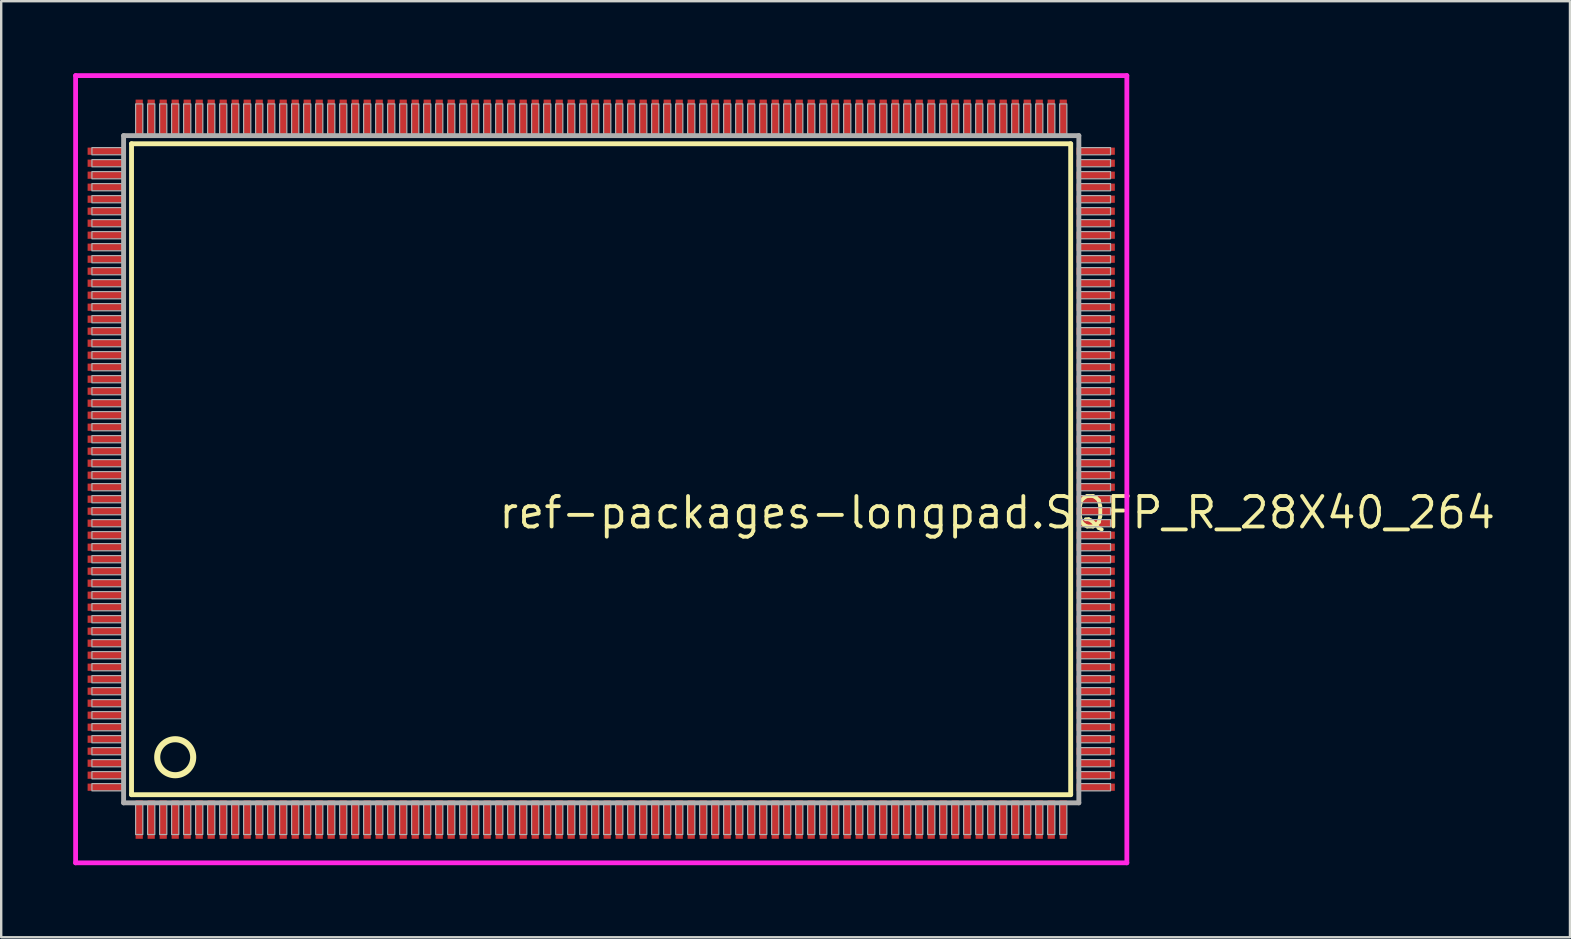
<source format=kicad_pcb>
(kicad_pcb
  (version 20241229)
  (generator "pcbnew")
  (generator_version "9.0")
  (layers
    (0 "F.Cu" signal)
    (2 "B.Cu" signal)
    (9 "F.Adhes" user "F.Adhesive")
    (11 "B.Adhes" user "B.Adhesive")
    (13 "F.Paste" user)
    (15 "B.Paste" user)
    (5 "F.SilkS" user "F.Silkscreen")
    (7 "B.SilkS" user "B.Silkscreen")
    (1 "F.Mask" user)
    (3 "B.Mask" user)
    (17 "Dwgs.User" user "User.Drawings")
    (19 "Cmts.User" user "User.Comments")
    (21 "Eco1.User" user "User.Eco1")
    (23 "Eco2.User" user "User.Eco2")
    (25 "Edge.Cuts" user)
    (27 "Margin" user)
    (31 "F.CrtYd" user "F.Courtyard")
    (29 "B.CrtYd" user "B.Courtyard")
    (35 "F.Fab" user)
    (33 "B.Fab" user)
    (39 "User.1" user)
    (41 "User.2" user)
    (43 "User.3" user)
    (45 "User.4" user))
  (footprint "ref-packages-longpad.SQFP_R_28X40_264"
    (layer "F.Cu")
    (at 22 16.5)
    (property "Reference" "ref-packages-longpad.SQFP_R_28X40_264" (at -4.35 2.55 0) (layer "F.SilkS") (effects (font (size 1.27 1.27) (thickness 0.16)) (justify left bottom)))
    (attr smd)
    (fp_line (start -19.57 -13.56) (end 19.56 -13.56) (stroke (width 0.203) (type default)) (layer "F.SilkS"))
    (fp_line (start -19.57 13.56) (end -19.57 -13.56) (stroke (width 0.203) (type default)) (layer "F.SilkS"))
    (fp_line (start 19.56 -13.56) (end 19.56 13.56) (stroke (width 0.203) (type default)) (layer "F.SilkS"))
    (fp_line (start 19.56 13.56) (end -19.57 13.56) (stroke (width 0.203) (type default)) (layer "F.SilkS"))
    (fp_circle (center -17.75 12) (end -17 12) (stroke (width 0.254) (type default)) (fill no) (layer "F.SilkS"))
    (fp_line (start -21.9 -16.4) (end 21.9 -16.4) (stroke (width 0.2) (type default)) (layer "F.CrtYd"))
    (fp_line (start -21.9 16.4) (end -21.9 -16.4) (stroke (width 0.2) (type default)) (layer "F.CrtYd"))
    (fp_line (start 21.9 -16.4) (end 21.9 16.4) (stroke (width 0.2) (type default)) (layer "F.CrtYd"))
    (fp_line (start 21.9 16.4) (end -21.9 16.4) (stroke (width 0.2) (type default)) (layer "F.CrtYd"))
    (fp_line (start -19.9 -13.9) (end -19.9 13.9) (stroke (width 0.203) (type default)) (layer "F.Fab"))
    (fp_line (start -19.9 13.9) (end 19.9 13.9) (stroke (width 0.203) (type default)) (layer "F.Fab"))
    (fp_line (start 19.9 -13.9) (end -19.9 -13.9) (stroke (width 0.203) (type default)) (layer "F.Fab"))
    (fp_line (start 19.9 13.9) (end 19.9 -13.9) (stroke (width 0.203) (type default)) (layer "F.Fab"))
    (fp_rect (start -21.22 -13.1) (end -19.95 -13.4) (stroke (width 0.05) (type default)) (fill no) (layer "F.Fab"))
    (fp_rect (start -21.22 -12.6) (end -19.95 -12.9) (stroke (width 0.05) (type default)) (fill no) (layer "F.Fab"))
    (fp_rect (start -21.22 -12.1) (end -19.95 -12.4) (stroke (width 0.05) (type default)) (fill no) (layer "F.Fab"))
    (fp_rect (start -21.22 -11.6) (end -19.95 -11.9) (stroke (width 0.05) (type default)) (fill no) (layer "F.Fab"))
    (fp_rect (start -21.22 -11.1) (end -19.95 -11.4) (stroke (width 0.05) (type default)) (fill no) (layer "F.Fab"))
    (fp_rect (start -21.22 -10.6) (end -19.95 -10.9) (stroke (width 0.05) (type default)) (fill no) (layer "F.Fab"))
    (fp_rect (start -21.22 -10.1) (end -19.95 -10.4) (stroke (width 0.05) (type default)) (fill no) (layer "F.Fab"))
    (fp_rect (start -21.22 -9.6) (end -19.95 -9.9) (stroke (width 0.05) (type default)) (fill no) (layer "F.Fab"))
    (fp_rect (start -21.22 -9.1) (end -19.95 -9.4) (stroke (width 0.05) (type default)) (fill no) (layer "F.Fab"))
    (fp_rect (start -21.22 -8.6) (end -19.95 -8.9) (stroke (width 0.05) (type default)) (fill no) (layer "F.Fab"))
    (fp_rect (start -21.22 -8.1) (end -19.95 -8.4) (stroke (width 0.05) (type default)) (fill no) (layer "F.Fab"))
    (fp_rect (start -21.22 -7.6) (end -19.95 -7.9) (stroke (width 0.05) (type default)) (fill no) (layer "F.Fab"))
    (fp_rect (start -21.22 -7.1) (end -19.95 -7.4) (stroke (width 0.05) (type default)) (fill no) (layer "F.Fab"))
    (fp_rect (start -21.22 -6.6) (end -19.95 -6.9) (stroke (width 0.05) (type default)) (fill no) (layer "F.Fab"))
    (fp_rect (start -21.22 -6.1) (end -19.95 -6.4) (stroke (width 0.05) (type default)) (fill no) (layer "F.Fab"))
    (fp_rect (start -21.22 -5.6) (end -19.95 -5.9) (stroke (width 0.05) (type default)) (fill no) (layer "F.Fab"))
    (fp_rect (start -21.22 -5.1) (end -19.95 -5.4) (stroke (width 0.05) (type default)) (fill no) (layer "F.Fab"))
    (fp_rect (start -21.22 -4.6) (end -19.95 -4.9) (stroke (width 0.05) (type default)) (fill no) (layer "F.Fab"))
    (fp_rect (start -21.22 -4.1) (end -19.95 -4.4) (stroke (width 0.05) (type default)) (fill no) (layer "F.Fab"))
    (fp_rect (start -21.22 -3.6) (end -19.95 -3.9) (stroke (width 0.05) (type default)) (fill no) (layer "F.Fab"))
    (fp_rect (start -21.22 -3.1) (end -19.95 -3.4) (stroke (width 0.05) (type default)) (fill no) (layer "F.Fab"))
    (fp_rect (start -21.22 -2.6) (end -19.95 -2.9) (stroke (width 0.05) (type default)) (fill no) (layer "F.Fab"))
    (fp_rect (start -21.22 -2.1) (end -19.95 -2.4) (stroke (width 0.05) (type default)) (fill no) (layer "F.Fab"))
    (fp_rect (start -21.22 -1.6) (end -19.95 -1.9) (stroke (width 0.05) (type default)) (fill no) (layer "F.Fab"))
    (fp_rect (start -21.22 -1.1) (end -19.95 -1.4) (stroke (width 0.05) (type default)) (fill no) (layer "F.Fab"))
    (fp_rect (start -21.22 -0.6) (end -19.95 -0.9) (stroke (width 0.05) (type default)) (fill no) (layer "F.Fab"))
    (fp_rect (start -21.22 -0.1) (end -19.95 -0.4) (stroke (width 0.05) (type default)) (fill no) (layer "F.Fab"))
    (fp_rect (start -21.22 0.4) (end -19.95 0.1) (stroke (width 0.05) (type default)) (fill no) (layer "F.Fab"))
    (fp_rect (start -21.22 0.9) (end -19.95 0.6) (stroke (width 0.05) (type default)) (fill no) (layer "F.Fab"))
    (fp_rect (start -21.22 1.4) (end -19.95 1.1) (stroke (width 0.05) (type default)) (fill no) (layer "F.Fab"))
    (fp_rect (start -21.22 1.9) (end -19.95 1.6) (stroke (width 0.05) (type default)) (fill no) (layer "F.Fab"))
    (fp_rect (start -21.22 2.4) (end -19.95 2.1) (stroke (width 0.05) (type default)) (fill no) (layer "F.Fab"))
    (fp_rect (start -21.22 2.9) (end -19.95 2.6) (stroke (width 0.05) (type default)) (fill no) (layer "F.Fab"))
    (fp_rect (start -21.22 3.4) (end -19.95 3.1) (stroke (width 0.05) (type default)) (fill no) (layer "F.Fab"))
    (fp_rect (start -21.22 3.9) (end -19.95 3.6) (stroke (width 0.05) (type default)) (fill no) (layer "F.Fab"))
    (fp_rect (start -21.22 4.4) (end -19.95 4.1) (stroke (width 0.05) (type default)) (fill no) (layer "F.Fab"))
    (fp_rect (start -21.22 4.9) (end -19.95 4.6) (stroke (width 0.05) (type default)) (fill no) (layer "F.Fab"))
    (fp_rect (start -21.22 5.4) (end -19.95 5.1) (stroke (width 0.05) (type default)) (fill no) (layer "F.Fab"))
    (fp_rect (start -21.22 5.9) (end -19.95 5.6) (stroke (width 0.05) (type default)) (fill no) (layer "F.Fab"))
    (fp_rect (start -21.22 6.4) (end -19.95 6.1) (stroke (width 0.05) (type default)) (fill no) (layer "F.Fab"))
    (fp_rect (start -21.22 6.9) (end -19.95 6.6) (stroke (width 0.05) (type default)) (fill no) (layer "F.Fab"))
    (fp_rect (start -21.22 7.4) (end -19.95 7.1) (stroke (width 0.05) (type default)) (fill no) (layer "F.Fab"))
    (fp_rect (start -21.22 7.9) (end -19.95 7.6) (stroke (width 0.05) (type default)) (fill no) (layer "F.Fab"))
    (fp_rect (start -21.22 8.4) (end -19.95 8.1) (stroke (width 0.05) (type default)) (fill no) (layer "F.Fab"))
    (fp_rect (start -21.22 8.9) (end -19.95 8.6) (stroke (width 0.05) (type default)) (fill no) (layer "F.Fab"))
    (fp_rect (start -21.22 9.4) (end -19.95 9.1) (stroke (width 0.05) (type default)) (fill no) (layer "F.Fab"))
    (fp_rect (start -21.22 9.9) (end -19.95 9.6) (stroke (width 0.05) (type default)) (fill no) (layer "F.Fab"))
    (fp_rect (start -21.22 10.4) (end -19.95 10.1) (stroke (width 0.05) (type default)) (fill no) (layer "F.Fab"))
    (fp_rect (start -21.22 10.9) (end -19.95 10.6) (stroke (width 0.05) (type default)) (fill no) (layer "F.Fab"))
    (fp_rect (start -21.22 11.4) (end -19.95 11.1) (stroke (width 0.05) (type default)) (fill no) (layer "F.Fab"))
    (fp_rect (start -21.22 11.9) (end -19.95 11.6) (stroke (width 0.05) (type default)) (fill no) (layer "F.Fab"))
    (fp_rect (start -21.22 12.4) (end -19.95 12.1) (stroke (width 0.05) (type default)) (fill no) (layer "F.Fab"))
    (fp_rect (start -21.22 12.9) (end -19.95 12.6) (stroke (width 0.05) (type default)) (fill no) (layer "F.Fab"))
    (fp_rect (start -21.22 13.4) (end -19.95 13.1) (stroke (width 0.05) (type default)) (fill no) (layer "F.Fab"))
    (fp_rect (start -19.4 -13.95) (end -19.1 -15.22) (stroke (width 0.05) (type default)) (fill no) (layer "F.Fab"))
    (fp_rect (start -19.4 15.22) (end -19.1 13.95) (stroke (width 0.05) (type default)) (fill no) (layer "F.Fab"))
    (fp_rect (start -18.9 -13.95) (end -18.6 -15.22) (stroke (width 0.05) (type default)) (fill no) (layer "F.Fab"))
    (fp_rect (start -18.9 15.22) (end -18.6 13.95) (stroke (width 0.05) (type default)) (fill no) (layer "F.Fab"))
    (fp_rect (start -18.4 -13.95) (end -18.1 -15.22) (stroke (width 0.05) (type default)) (fill no) (layer "F.Fab"))
    (fp_rect (start -18.4 15.22) (end -18.1 13.95) (stroke (width 0.05) (type default)) (fill no) (layer "F.Fab"))
    (fp_rect (start -17.9 -13.95) (end -17.6 -15.22) (stroke (width 0.05) (type default)) (fill no) (layer "F.Fab"))
    (fp_rect (start -17.9 15.22) (end -17.6 13.95) (stroke (width 0.05) (type default)) (fill no) (layer "F.Fab"))
    (fp_rect (start -17.4 -13.95) (end -17.1 -15.22) (stroke (width 0.05) (type default)) (fill no) (layer "F.Fab"))
    (fp_rect (start -17.4 15.22) (end -17.1 13.95) (stroke (width 0.05) (type default)) (fill no) (layer "F.Fab"))
    (fp_rect (start -16.9 -13.95) (end -16.6 -15.22) (stroke (width 0.05) (type default)) (fill no) (layer "F.Fab"))
    (fp_rect (start -16.9 15.22) (end -16.6 13.95) (stroke (width 0.05) (type default)) (fill no) (layer "F.Fab"))
    (fp_rect (start -16.4 -13.95) (end -16.1 -15.22) (stroke (width 0.05) (type default)) (fill no) (layer "F.Fab"))
    (fp_rect (start -16.4 15.22) (end -16.1 13.95) (stroke (width 0.05) (type default)) (fill no) (layer "F.Fab"))
    (fp_rect (start -15.9 -13.95) (end -15.6 -15.22) (stroke (width 0.05) (type default)) (fill no) (layer "F.Fab"))
    (fp_rect (start -15.9 15.22) (end -15.6 13.95) (stroke (width 0.05) (type default)) (fill no) (layer "F.Fab"))
    (fp_rect (start -15.4 -13.95) (end -15.1 -15.22) (stroke (width 0.05) (type default)) (fill no) (layer "F.Fab"))
    (fp_rect (start -15.4 15.22) (end -15.1 13.95) (stroke (width 0.05) (type default)) (fill no) (layer "F.Fab"))
    (fp_rect (start -14.9 -13.95) (end -14.6 -15.22) (stroke (width 0.05) (type default)) (fill no) (layer "F.Fab"))
    (fp_rect (start -14.9 15.22) (end -14.6 13.95) (stroke (width 0.05) (type default)) (fill no) (layer "F.Fab"))
    (fp_rect (start -14.4 -13.95) (end -14.1 -15.22) (stroke (width 0.05) (type default)) (fill no) (layer "F.Fab"))
    (fp_rect (start -14.4 15.22) (end -14.1 13.95) (stroke (width 0.05) (type default)) (fill no) (layer "F.Fab"))
    (fp_rect (start -13.9 -13.95) (end -13.6 -15.22) (stroke (width 0.05) (type default)) (fill no) (layer "F.Fab"))
    (fp_rect (start -13.9 15.22) (end -13.6 13.95) (stroke (width 0.05) (type default)) (fill no) (layer "F.Fab"))
    (fp_rect (start -13.4 -13.95) (end -13.1 -15.22) (stroke (width 0.05) (type default)) (fill no) (layer "F.Fab"))
    (fp_rect (start -13.4 15.22) (end -13.1 13.95) (stroke (width 0.05) (type default)) (fill no) (layer "F.Fab"))
    (fp_rect (start -12.9 -13.95) (end -12.6 -15.22) (stroke (width 0.05) (type default)) (fill no) (layer "F.Fab"))
    (fp_rect (start -12.9 15.22) (end -12.6 13.95) (stroke (width 0.05) (type default)) (fill no) (layer "F.Fab"))
    (fp_rect (start -12.4 -13.95) (end -12.1 -15.22) (stroke (width 0.05) (type default)) (fill no) (layer "F.Fab"))
    (fp_rect (start -12.4 15.22) (end -12.1 13.95) (stroke (width 0.05) (type default)) (fill no) (layer "F.Fab"))
    (fp_rect (start -11.9 -13.95) (end -11.6 -15.22) (stroke (width 0.05) (type default)) (fill no) (layer "F.Fab"))
    (fp_rect (start -11.9 15.22) (end -11.6 13.95) (stroke (width 0.05) (type default)) (fill no) (layer "F.Fab"))
    (fp_rect (start -11.4 -13.95) (end -11.1 -15.22) (stroke (width 0.05) (type default)) (fill no) (layer "F.Fab"))
    (fp_rect (start -11.4 15.22) (end -11.1 13.95) (stroke (width 0.05) (type default)) (fill no) (layer "F.Fab"))
    (fp_rect (start -10.9 -13.95) (end -10.6 -15.22) (stroke (width 0.05) (type default)) (fill no) (layer "F.Fab"))
    (fp_rect (start -10.9 15.22) (end -10.6 13.95) (stroke (width 0.05) (type default)) (fill no) (layer "F.Fab"))
    (fp_rect (start -10.4 -13.95) (end -10.1 -15.22) (stroke (width 0.05) (type default)) (fill no) (layer "F.Fab"))
    (fp_rect (start -10.4 15.22) (end -10.1 13.95) (stroke (width 0.05) (type default)) (fill no) (layer "F.Fab"))
    (fp_rect (start -9.9 -13.95) (end -9.6 -15.22) (stroke (width 0.05) (type default)) (fill no) (layer "F.Fab"))
    (fp_rect (start -9.9 15.22) (end -9.6 13.95) (stroke (width 0.05) (type default)) (fill no) (layer "F.Fab"))
    (fp_rect (start -9.4 -13.95) (end -9.1 -15.22) (stroke (width 0.05) (type default)) (fill no) (layer "F.Fab"))
    (fp_rect (start -9.4 15.22) (end -9.1 13.95) (stroke (width 0.05) (type default)) (fill no) (layer "F.Fab"))
    (fp_rect (start -8.9 -13.95) (end -8.6 -15.22) (stroke (width 0.05) (type default)) (fill no) (layer "F.Fab"))
    (fp_rect (start -8.9 15.22) (end -8.6 13.95) (stroke (width 0.05) (type default)) (fill no) (layer "F.Fab"))
    (fp_rect (start -8.4 -13.95) (end -8.1 -15.22) (stroke (width 0.05) (type default)) (fill no) (layer "F.Fab"))
    (fp_rect (start -8.4 15.22) (end -8.1 13.95) (stroke (width 0.05) (type default)) (fill no) (layer "F.Fab"))
    (fp_rect (start -7.9 -13.95) (end -7.6 -15.22) (stroke (width 0.05) (type default)) (fill no) (layer "F.Fab"))
    (fp_rect (start -7.9 15.22) (end -7.6 13.95) (stroke (width 0.05) (type default)) (fill no) (layer "F.Fab"))
    (fp_rect (start -7.4 -13.95) (end -7.1 -15.22) (stroke (width 0.05) (type default)) (fill no) (layer "F.Fab"))
    (fp_rect (start -7.4 15.22) (end -7.1 13.95) (stroke (width 0.05) (type default)) (fill no) (layer "F.Fab"))
    (fp_rect (start -6.9 -13.95) (end -6.6 -15.22) (stroke (width 0.05) (type default)) (fill no) (layer "F.Fab"))
    (fp_rect (start -6.9 15.22) (end -6.6 13.95) (stroke (width 0.05) (type default)) (fill no) (layer "F.Fab"))
    (fp_rect (start -6.4 -13.95) (end -6.1 -15.22) (stroke (width 0.05) (type default)) (fill no) (layer "F.Fab"))
    (fp_rect (start -6.4 15.22) (end -6.1 13.95) (stroke (width 0.05) (type default)) (fill no) (layer "F.Fab"))
    (fp_rect (start -5.9 -13.95) (end -5.6 -15.22) (stroke (width 0.05) (type default)) (fill no) (layer "F.Fab"))
    (fp_rect (start -5.9 15.22) (end -5.6 13.95) (stroke (width 0.05) (type default)) (fill no) (layer "F.Fab"))
    (fp_rect (start -5.4 -13.95) (end -5.1 -15.22) (stroke (width 0.05) (type default)) (fill no) (layer "F.Fab"))
    (fp_rect (start -5.4 15.22) (end -5.1 13.95) (stroke (width 0.05) (type default)) (fill no) (layer "F.Fab"))
    (fp_rect (start -4.9 -13.95) (end -4.6 -15.22) (stroke (width 0.05) (type default)) (fill no) (layer "F.Fab"))
    (fp_rect (start -4.9 15.22) (end -4.6 13.95) (stroke (width 0.05) (type default)) (fill no) (layer "F.Fab"))
    (fp_rect (start -4.4 -13.95) (end -4.1 -15.22) (stroke (width 0.05) (type default)) (fill no) (layer "F.Fab"))
    (fp_rect (start -4.4 15.22) (end -4.1 13.95) (stroke (width 0.05) (type default)) (fill no) (layer "F.Fab"))
    (fp_rect (start -3.9 -13.95) (end -3.6 -15.22) (stroke (width 0.05) (type default)) (fill no) (layer "F.Fab"))
    (fp_rect (start -3.9 15.22) (end -3.6 13.95) (stroke (width 0.05) (type default)) (fill no) (layer "F.Fab"))
    (fp_rect (start -3.4 -13.95) (end -3.1 -15.22) (stroke (width 0.05) (type default)) (fill no) (layer "F.Fab"))
    (fp_rect (start -3.4 15.22) (end -3.1 13.95) (stroke (width 0.05) (type default)) (fill no) (layer "F.Fab"))
    (fp_rect (start -2.9 -13.95) (end -2.6 -15.22) (stroke (width 0.05) (type default)) (fill no) (layer "F.Fab"))
    (fp_rect (start -2.9 15.22) (end -2.6 13.95) (stroke (width 0.05) (type default)) (fill no) (layer "F.Fab"))
    (fp_rect (start -2.4 -13.95) (end -2.1 -15.22) (stroke (width 0.05) (type default)) (fill no) (layer "F.Fab"))
    (fp_rect (start -2.4 15.22) (end -2.1 13.95) (stroke (width 0.05) (type default)) (fill no) (layer "F.Fab"))
    (fp_rect (start -1.9 -13.95) (end -1.6 -15.22) (stroke (width 0.05) (type default)) (fill no) (layer "F.Fab"))
    (fp_rect (start -1.9 15.22) (end -1.6 13.95) (stroke (width 0.05) (type default)) (fill no) (layer "F.Fab"))
    (fp_rect (start -1.4 -13.95) (end -1.1 -15.22) (stroke (width 0.05) (type default)) (fill no) (layer "F.Fab"))
    (fp_rect (start -1.4 15.22) (end -1.1 13.95) (stroke (width 0.05) (type default)) (fill no) (layer "F.Fab"))
    (fp_rect (start -0.9 -13.95) (end -0.6 -15.22) (stroke (width 0.05) (type default)) (fill no) (layer "F.Fab"))
    (fp_rect (start -0.9 15.22) (end -0.6 13.95) (stroke (width 0.05) (type default)) (fill no) (layer "F.Fab"))
    (fp_rect (start -0.4 -13.95) (end -0.1 -15.22) (stroke (width 0.05) (type default)) (fill no) (layer "F.Fab"))
    (fp_rect (start -0.4 15.22) (end -0.1 13.95) (stroke (width 0.05) (type default)) (fill no) (layer "F.Fab"))
    (fp_rect (start 0.1 -13.95) (end 0.4 -15.22) (stroke (width 0.05) (type default)) (fill no) (layer "F.Fab"))
    (fp_rect (start 0.1 15.22) (end 0.4 13.95) (stroke (width 0.05) (type default)) (fill no) (layer "F.Fab"))
    (fp_rect (start 0.6 -13.95) (end 0.9 -15.22) (stroke (width 0.05) (type default)) (fill no) (layer "F.Fab"))
    (fp_rect (start 0.6 15.22) (end 0.9 13.95) (stroke (width 0.05) (type default)) (fill no) (layer "F.Fab"))
    (fp_rect (start 1.1 -13.95) (end 1.4 -15.22) (stroke (width 0.05) (type default)) (fill no) (layer "F.Fab"))
    (fp_rect (start 1.1 15.22) (end 1.4 13.95) (stroke (width 0.05) (type default)) (fill no) (layer "F.Fab"))
    (fp_rect (start 1.6 -13.95) (end 1.9 -15.22) (stroke (width 0.05) (type default)) (fill no) (layer "F.Fab"))
    (fp_rect (start 1.6 15.22) (end 1.9 13.95) (stroke (width 0.05) (type default)) (fill no) (layer "F.Fab"))
    (fp_rect (start 2.1 -13.95) (end 2.4 -15.22) (stroke (width 0.05) (type default)) (fill no) (layer "F.Fab"))
    (fp_rect (start 2.1 15.22) (end 2.4 13.95) (stroke (width 0.05) (type default)) (fill no) (layer "F.Fab"))
    (fp_rect (start 2.6 -13.95) (end 2.9 -15.22) (stroke (width 0.05) (type default)) (fill no) (layer "F.Fab"))
    (fp_rect (start 2.6 15.22) (end 2.9 13.95) (stroke (width 0.05) (type default)) (fill no) (layer "F.Fab"))
    (fp_rect (start 3.1 -13.95) (end 3.4 -15.22) (stroke (width 0.05) (type default)) (fill no) (layer "F.Fab"))
    (fp_rect (start 3.1 15.22) (end 3.4 13.95) (stroke (width 0.05) (type default)) (fill no) (layer "F.Fab"))
    (fp_rect (start 3.6 -13.95) (end 3.9 -15.22) (stroke (width 0.05) (type default)) (fill no) (layer "F.Fab"))
    (fp_rect (start 3.6 15.22) (end 3.9 13.95) (stroke (width 0.05) (type default)) (fill no) (layer "F.Fab"))
    (fp_rect (start 4.1 -13.95) (end 4.4 -15.22) (stroke (width 0.05) (type default)) (fill no) (layer "F.Fab"))
    (fp_rect (start 4.1 15.22) (end 4.4 13.95) (stroke (width 0.05) (type default)) (fill no) (layer "F.Fab"))
    (fp_rect (start 4.6 -13.95) (end 4.9 -15.22) (stroke (width 0.05) (type default)) (fill no) (layer "F.Fab"))
    (fp_rect (start 4.6 15.22) (end 4.9 13.95) (stroke (width 0.05) (type default)) (fill no) (layer "F.Fab"))
    (fp_rect (start 5.1 -13.95) (end 5.4 -15.22) (stroke (width 0.05) (type default)) (fill no) (layer "F.Fab"))
    (fp_rect (start 5.1 15.22) (end 5.4 13.95) (stroke (width 0.05) (type default)) (fill no) (layer "F.Fab"))
    (fp_rect (start 5.6 -13.95) (end 5.9 -15.22) (stroke (width 0.05) (type default)) (fill no) (layer "F.Fab"))
    (fp_rect (start 5.6 15.22) (end 5.9 13.95) (stroke (width 0.05) (type default)) (fill no) (layer "F.Fab"))
    (fp_rect (start 6.1 -13.95) (end 6.4 -15.22) (stroke (width 0.05) (type default)) (fill no) (layer "F.Fab"))
    (fp_rect (start 6.1 15.22) (end 6.4 13.95) (stroke (width 0.05) (type default)) (fill no) (layer "F.Fab"))
    (fp_rect (start 6.6 -13.95) (end 6.9 -15.22) (stroke (width 0.05) (type default)) (fill no) (layer "F.Fab"))
    (fp_rect (start 6.6 15.22) (end 6.9 13.95) (stroke (width 0.05) (type default)) (fill no) (layer "F.Fab"))
    (fp_rect (start 7.1 -13.95) (end 7.4 -15.22) (stroke (width 0.05) (type default)) (fill no) (layer "F.Fab"))
    (fp_rect (start 7.1 15.22) (end 7.4 13.95) (stroke (width 0.05) (type default)) (fill no) (layer "F.Fab"))
    (fp_rect (start 7.6 -13.95) (end 7.9 -15.22) (stroke (width 0.05) (type default)) (fill no) (layer "F.Fab"))
    (fp_rect (start 7.6 15.22) (end 7.9 13.95) (stroke (width 0.05) (type default)) (fill no) (layer "F.Fab"))
    (fp_rect (start 8.1 -13.95) (end 8.4 -15.22) (stroke (width 0.05) (type default)) (fill no) (layer "F.Fab"))
    (fp_rect (start 8.1 15.22) (end 8.4 13.95) (stroke (width 0.05) (type default)) (fill no) (layer "F.Fab"))
    (fp_rect (start 8.6 -13.95) (end 8.9 -15.22) (stroke (width 0.05) (type default)) (fill no) (layer "F.Fab"))
    (fp_rect (start 8.6 15.22) (end 8.9 13.95) (stroke (width 0.05) (type default)) (fill no) (layer "F.Fab"))
    (fp_rect (start 9.1 -13.95) (end 9.4 -15.22) (stroke (width 0.05) (type default)) (fill no) (layer "F.Fab"))
    (fp_rect (start 9.1 15.22) (end 9.4 13.95) (stroke (width 0.05) (type default)) (fill no) (layer "F.Fab"))
    (fp_rect (start 9.6 -13.95) (end 9.9 -15.22) (stroke (width 0.05) (type default)) (fill no) (layer "F.Fab"))
    (fp_rect (start 9.6 15.22) (end 9.9 13.95) (stroke (width 0.05) (type default)) (fill no) (layer "F.Fab"))
    (fp_rect (start 10.1 -13.95) (end 10.4 -15.22) (stroke (width 0.05) (type default)) (fill no) (layer "F.Fab"))
    (fp_rect (start 10.1 15.22) (end 10.4 13.95) (stroke (width 0.05) (type default)) (fill no) (layer "F.Fab"))
    (fp_rect (start 10.6 -13.95) (end 10.9 -15.22) (stroke (width 0.05) (type default)) (fill no) (layer "F.Fab"))
    (fp_rect (start 10.6 15.22) (end 10.9 13.95) (stroke (width 0.05) (type default)) (fill no) (layer "F.Fab"))
    (fp_rect (start 11.1 -13.95) (end 11.4 -15.22) (stroke (width 0.05) (type default)) (fill no) (layer "F.Fab"))
    (fp_rect (start 11.1 15.22) (end 11.4 13.95) (stroke (width 0.05) (type default)) (fill no) (layer "F.Fab"))
    (fp_rect (start 11.6 -13.95) (end 11.9 -15.22) (stroke (width 0.05) (type default)) (fill no) (layer "F.Fab"))
    (fp_rect (start 11.6 15.22) (end 11.9 13.95) (stroke (width 0.05) (type default)) (fill no) (layer "F.Fab"))
    (fp_rect (start 12.1 -13.95) (end 12.4 -15.22) (stroke (width 0.05) (type default)) (fill no) (layer "F.Fab"))
    (fp_rect (start 12.1 15.22) (end 12.4 13.95) (stroke (width 0.05) (type default)) (fill no) (layer "F.Fab"))
    (fp_rect (start 12.6 -13.95) (end 12.9 -15.22) (stroke (width 0.05) (type default)) (fill no) (layer "F.Fab"))
    (fp_rect (start 12.6 15.22) (end 12.9 13.95) (stroke (width 0.05) (type default)) (fill no) (layer "F.Fab"))
    (fp_rect (start 13.1 -13.95) (end 13.4 -15.22) (stroke (width 0.05) (type default)) (fill no) (layer "F.Fab"))
    (fp_rect (start 13.1 15.22) (end 13.4 13.95) (stroke (width 0.05) (type default)) (fill no) (layer "F.Fab"))
    (fp_rect (start 13.6 -13.95) (end 13.9 -15.22) (stroke (width 0.05) (type default)) (fill no) (layer "F.Fab"))
    (fp_rect (start 13.6 15.22) (end 13.9 13.95) (stroke (width 0.05) (type default)) (fill no) (layer "F.Fab"))
    (fp_rect (start 14.1 -13.95) (end 14.4 -15.22) (stroke (width 0.05) (type default)) (fill no) (layer "F.Fab"))
    (fp_rect (start 14.1 15.22) (end 14.4 13.95) (stroke (width 0.05) (type default)) (fill no) (layer "F.Fab"))
    (fp_rect (start 14.6 -13.95) (end 14.9 -15.22) (stroke (width 0.05) (type default)) (fill no) (layer "F.Fab"))
    (fp_rect (start 14.6 15.22) (end 14.9 13.95) (stroke (width 0.05) (type default)) (fill no) (layer "F.Fab"))
    (fp_rect (start 15.1 -13.95) (end 15.4 -15.22) (stroke (width 0.05) (type default)) (fill no) (layer "F.Fab"))
    (fp_rect (start 15.1 15.22) (end 15.4 13.95) (stroke (width 0.05) (type default)) (fill no) (layer "F.Fab"))
    (fp_rect (start 15.6 -13.95) (end 15.9 -15.22) (stroke (width 0.05) (type default)) (fill no) (layer "F.Fab"))
    (fp_rect (start 15.6 15.22) (end 15.9 13.95) (stroke (width 0.05) (type default)) (fill no) (layer "F.Fab"))
    (fp_rect (start 16.1 -13.95) (end 16.4 -15.22) (stroke (width 0.05) (type default)) (fill no) (layer "F.Fab"))
    (fp_rect (start 16.1 15.22) (end 16.4 13.95) (stroke (width 0.05) (type default)) (fill no) (layer "F.Fab"))
    (fp_rect (start 16.6 -13.95) (end 16.9 -15.22) (stroke (width 0.05) (type default)) (fill no) (layer "F.Fab"))
    (fp_rect (start 16.6 15.22) (end 16.9 13.95) (stroke (width 0.05) (type default)) (fill no) (layer "F.Fab"))
    (fp_rect (start 17.1 -13.95) (end 17.4 -15.22) (stroke (width 0.05) (type default)) (fill no) (layer "F.Fab"))
    (fp_rect (start 17.1 15.22) (end 17.4 13.95) (stroke (width 0.05) (type default)) (fill no) (layer "F.Fab"))
    (fp_rect (start 17.6 -13.95) (end 17.9 -15.22) (stroke (width 0.05) (type default)) (fill no) (layer "F.Fab"))
    (fp_rect (start 17.6 15.22) (end 17.9 13.95) (stroke (width 0.05) (type default)) (fill no) (layer "F.Fab"))
    (fp_rect (start 18.1 -13.95) (end 18.4 -15.22) (stroke (width 0.05) (type default)) (fill no) (layer "F.Fab"))
    (fp_rect (start 18.1 15.22) (end 18.4 13.95) (stroke (width 0.05) (type default)) (fill no) (layer "F.Fab"))
    (fp_rect (start 18.6 -13.95) (end 18.9 -15.22) (stroke (width 0.05) (type default)) (fill no) (layer "F.Fab"))
    (fp_rect (start 18.6 15.22) (end 18.9 13.95) (stroke (width 0.05) (type default)) (fill no) (layer "F.Fab"))
    (fp_rect (start 19.1 -13.95) (end 19.4 -15.22) (stroke (width 0.05) (type default)) (fill no) (layer "F.Fab"))
    (fp_rect (start 19.1 15.22) (end 19.4 13.95) (stroke (width 0.05) (type default)) (fill no) (layer "F.Fab"))
    (fp_rect (start 19.95 -13.1) (end 21.22 -13.4) (stroke (width 0.05) (type default)) (fill no) (layer "F.Fab"))
    (fp_rect (start 19.95 -12.6) (end 21.22 -12.9) (stroke (width 0.05) (type default)) (fill no) (layer "F.Fab"))
    (fp_rect (start 19.95 -12.1) (end 21.22 -12.4) (stroke (width 0.05) (type default)) (fill no) (layer "F.Fab"))
    (fp_rect (start 19.95 -11.6) (end 21.22 -11.9) (stroke (width 0.05) (type default)) (fill no) (layer "F.Fab"))
    (fp_rect (start 19.95 -11.1) (end 21.22 -11.4) (stroke (width 0.05) (type default)) (fill no) (layer "F.Fab"))
    (fp_rect (start 19.95 -10.6) (end 21.22 -10.9) (stroke (width 0.05) (type default)) (fill no) (layer "F.Fab"))
    (fp_rect (start 19.95 -10.1) (end 21.22 -10.4) (stroke (width 0.05) (type default)) (fill no) (layer "F.Fab"))
    (fp_rect (start 19.95 -9.6) (end 21.22 -9.9) (stroke (width 0.05) (type default)) (fill no) (layer "F.Fab"))
    (fp_rect (start 19.95 -9.1) (end 21.22 -9.4) (stroke (width 0.05) (type default)) (fill no) (layer "F.Fab"))
    (fp_rect (start 19.95 -8.6) (end 21.22 -8.9) (stroke (width 0.05) (type default)) (fill no) (layer "F.Fab"))
    (fp_rect (start 19.95 -8.1) (end 21.22 -8.4) (stroke (width 0.05) (type default)) (fill no) (layer "F.Fab"))
    (fp_rect (start 19.95 -7.6) (end 21.22 -7.9) (stroke (width 0.05) (type default)) (fill no) (layer "F.Fab"))
    (fp_rect (start 19.95 -7.1) (end 21.22 -7.4) (stroke (width 0.05) (type default)) (fill no) (layer "F.Fab"))
    (fp_rect (start 19.95 -6.6) (end 21.22 -6.9) (stroke (width 0.05) (type default)) (fill no) (layer "F.Fab"))
    (fp_rect (start 19.95 -6.1) (end 21.22 -6.4) (stroke (width 0.05) (type default)) (fill no) (layer "F.Fab"))
    (fp_rect (start 19.95 -5.6) (end 21.22 -5.9) (stroke (width 0.05) (type default)) (fill no) (layer "F.Fab"))
    (fp_rect (start 19.95 -5.1) (end 21.22 -5.4) (stroke (width 0.05) (type default)) (fill no) (layer "F.Fab"))
    (fp_rect (start 19.95 -4.6) (end 21.22 -4.9) (stroke (width 0.05) (type default)) (fill no) (layer "F.Fab"))
    (fp_rect (start 19.95 -4.1) (end 21.22 -4.4) (stroke (width 0.05) (type default)) (fill no) (layer "F.Fab"))
    (fp_rect (start 19.95 -3.6) (end 21.22 -3.9) (stroke (width 0.05) (type default)) (fill no) (layer "F.Fab"))
    (fp_rect (start 19.95 -3.1) (end 21.22 -3.4) (stroke (width 0.05) (type default)) (fill no) (layer "F.Fab"))
    (fp_rect (start 19.95 -2.6) (end 21.22 -2.9) (stroke (width 0.05) (type default)) (fill no) (layer "F.Fab"))
    (fp_rect (start 19.95 -2.1) (end 21.22 -2.4) (stroke (width 0.05) (type default)) (fill no) (layer "F.Fab"))
    (fp_rect (start 19.95 -1.6) (end 21.22 -1.9) (stroke (width 0.05) (type default)) (fill no) (layer "F.Fab"))
    (fp_rect (start 19.95 -1.1) (end 21.22 -1.4) (stroke (width 0.05) (type default)) (fill no) (layer "F.Fab"))
    (fp_rect (start 19.95 -0.6) (end 21.22 -0.9) (stroke (width 0.05) (type default)) (fill no) (layer "F.Fab"))
    (fp_rect (start 19.95 -0.1) (end 21.22 -0.4) (stroke (width 0.05) (type default)) (fill no) (layer "F.Fab"))
    (fp_rect (start 19.95 0.4) (end 21.22 0.1) (stroke (width 0.05) (type default)) (fill no) (layer "F.Fab"))
    (fp_rect (start 19.95 0.9) (end 21.22 0.6) (stroke (width 0.05) (type default)) (fill no) (layer "F.Fab"))
    (fp_rect (start 19.95 1.4) (end 21.22 1.1) (stroke (width 0.05) (type default)) (fill no) (layer "F.Fab"))
    (fp_rect (start 19.95 1.9) (end 21.22 1.6) (stroke (width 0.05) (type default)) (fill no) (layer "F.Fab"))
    (fp_rect (start 19.95 2.4) (end 21.22 2.1) (stroke (width 0.05) (type default)) (fill no) (layer "F.Fab"))
    (fp_rect (start 19.95 2.9) (end 21.22 2.6) (stroke (width 0.05) (type default)) (fill no) (layer "F.Fab"))
    (fp_rect (start 19.95 3.4) (end 21.22 3.1) (stroke (width 0.05) (type default)) (fill no) (layer "F.Fab"))
    (fp_rect (start 19.95 3.9) (end 21.22 3.6) (stroke (width 0.05) (type default)) (fill no) (layer "F.Fab"))
    (fp_rect (start 19.95 4.4) (end 21.22 4.1) (stroke (width 0.05) (type default)) (fill no) (layer "F.Fab"))
    (fp_rect (start 19.95 4.9) (end 21.22 4.6) (stroke (width 0.05) (type default)) (fill no) (layer "F.Fab"))
    (fp_rect (start 19.95 5.4) (end 21.22 5.1) (stroke (width 0.05) (type default)) (fill no) (layer "F.Fab"))
    (fp_rect (start 19.95 5.9) (end 21.22 5.6) (stroke (width 0.05) (type default)) (fill no) (layer "F.Fab"))
    (fp_rect (start 19.95 6.4) (end 21.22 6.1) (stroke (width 0.05) (type default)) (fill no) (layer "F.Fab"))
    (fp_rect (start 19.95 6.9) (end 21.22 6.6) (stroke (width 0.05) (type default)) (fill no) (layer "F.Fab"))
    (fp_rect (start 19.95 7.4) (end 21.22 7.1) (stroke (width 0.05) (type default)) (fill no) (layer "F.Fab"))
    (fp_rect (start 19.95 7.9) (end 21.22 7.6) (stroke (width 0.05) (type default)) (fill no) (layer "F.Fab"))
    (fp_rect (start 19.95 8.4) (end 21.22 8.1) (stroke (width 0.05) (type default)) (fill no) (layer "F.Fab"))
    (fp_rect (start 19.95 8.9) (end 21.22 8.6) (stroke (width 0.05) (type default)) (fill no) (layer "F.Fab"))
    (fp_rect (start 19.95 9.4) (end 21.22 9.1) (stroke (width 0.05) (type default)) (fill no) (layer "F.Fab"))
    (fp_rect (start 19.95 9.9) (end 21.22 9.6) (stroke (width 0.05) (type default)) (fill no) (layer "F.Fab"))
    (fp_rect (start 19.95 10.4) (end 21.22 10.1) (stroke (width 0.05) (type default)) (fill no) (layer "F.Fab"))
    (fp_rect (start 19.95 10.9) (end 21.22 10.6) (stroke (width 0.05) (type default)) (fill no) (layer "F.Fab"))
    (fp_rect (start 19.95 11.4) (end 21.22 11.1) (stroke (width 0.05) (type default)) (fill no) (layer "F.Fab"))
    (fp_rect (start 19.95 11.9) (end 21.22 11.6) (stroke (width 0.05) (type default)) (fill no) (layer "F.Fab"))
    (fp_rect (start 19.95 12.4) (end 21.22 12.1) (stroke (width 0.05) (type default)) (fill no) (layer "F.Fab"))
    (fp_rect (start 19.95 12.9) (end 21.22 12.6) (stroke (width 0.05) (type default)) (fill no) (layer "F.Fab"))
    (fp_rect (start 19.95 13.4) (end 21.22 13.1) (stroke (width 0.05) (type default)) (fill no) (layer "F.Fab"))
    (pad "1" smd roundrect (at -19.25 14.6) (size 0.3 1.6) (layers "F.Cu" "F.Mask" "F.Paste") (roundrect_rratio 0.01))
    (pad "2" smd roundrect (at -18.75 14.6) (size 0.3 1.6) (layers "F.Cu" "F.Mask" "F.Paste") (roundrect_rratio 0.01))
    (pad "3" smd roundrect (at -18.25 14.6) (size 0.3 1.6) (layers "F.Cu" "F.Mask" "F.Paste") (roundrect_rratio 0.01))
    (pad "4" smd roundrect (at -17.75 14.6) (size 0.3 1.6) (layers "F.Cu" "F.Mask" "F.Paste") (roundrect_rratio 0.01))
    (pad "5" smd roundrect (at -17.25 14.6) (size 0.3 1.6) (layers "F.Cu" "F.Mask" "F.Paste") (roundrect_rratio 0.01))
    (pad "6" smd roundrect (at -16.75 14.6) (size 0.3 1.6) (layers "F.Cu" "F.Mask" "F.Paste") (roundrect_rratio 0.01))
    (pad "7" smd roundrect (at -16.25 14.6) (size 0.3 1.6) (layers "F.Cu" "F.Mask" "F.Paste") (roundrect_rratio 0.01))
    (pad "8" smd roundrect (at -15.75 14.6) (size 0.3 1.6) (layers "F.Cu" "F.Mask" "F.Paste") (roundrect_rratio 0.01))
    (pad "9" smd roundrect (at -15.25 14.6) (size 0.3 1.6) (layers "F.Cu" "F.Mask" "F.Paste") (roundrect_rratio 0.01))
    (pad "10" smd roundrect (at -14.75 14.6) (size 0.3 1.6) (layers "F.Cu" "F.Mask" "F.Paste") (roundrect_rratio 0.01))
    (pad "11" smd roundrect (at -14.25 14.6) (size 0.3 1.6) (layers "F.Cu" "F.Mask" "F.Paste") (roundrect_rratio 0.01))
    (pad "12" smd roundrect (at -13.75 14.6) (size 0.3 1.6) (layers "F.Cu" "F.Mask" "F.Paste") (roundrect_rratio 0.01))
    (pad "13" smd roundrect (at -13.25 14.6) (size 0.3 1.6) (layers "F.Cu" "F.Mask" "F.Paste") (roundrect_rratio 0.01))
    (pad "14" smd roundrect (at -12.75 14.6) (size 0.3 1.6) (layers "F.Cu" "F.Mask" "F.Paste") (roundrect_rratio 0.01))
    (pad "15" smd roundrect (at -12.25 14.6) (size 0.3 1.6) (layers "F.Cu" "F.Mask" "F.Paste") (roundrect_rratio 0.01))
    (pad "16" smd roundrect (at -11.75 14.6) (size 0.3 1.6) (layers "F.Cu" "F.Mask" "F.Paste") (roundrect_rratio 0.01))
    (pad "17" smd roundrect (at -11.25 14.6) (size 0.3 1.6) (layers "F.Cu" "F.Mask" "F.Paste") (roundrect_rratio 0.01))
    (pad "18" smd roundrect (at -10.75 14.6) (size 0.3 1.6) (layers "F.Cu" "F.Mask" "F.Paste") (roundrect_rratio 0.01))
    (pad "19" smd roundrect (at -10.25 14.6) (size 0.3 1.6) (layers "F.Cu" "F.Mask" "F.Paste") (roundrect_rratio 0.01))
    (pad "20" smd roundrect (at -9.75 14.6) (size 0.3 1.6) (layers "F.Cu" "F.Mask" "F.Paste") (roundrect_rratio 0.01))
    (pad "21" smd roundrect (at -9.25 14.6) (size 0.3 1.6) (layers "F.Cu" "F.Mask" "F.Paste") (roundrect_rratio 0.01))
    (pad "22" smd roundrect (at -8.75 14.6) (size 0.3 1.6) (layers "F.Cu" "F.Mask" "F.Paste") (roundrect_rratio 0.01))
    (pad "23" smd roundrect (at -8.25 14.6) (size 0.3 1.6) (layers "F.Cu" "F.Mask" "F.Paste") (roundrect_rratio 0.01))
    (pad "24" smd roundrect (at -7.75 14.6) (size 0.3 1.6) (layers "F.Cu" "F.Mask" "F.Paste") (roundrect_rratio 0.01))
    (pad "25" smd roundrect (at -7.25 14.6) (size 0.3 1.6) (layers "F.Cu" "F.Mask" "F.Paste") (roundrect_rratio 0.01))
    (pad "26" smd roundrect (at -6.75 14.6) (size 0.3 1.6) (layers "F.Cu" "F.Mask" "F.Paste") (roundrect_rratio 0.01))
    (pad "27" smd roundrect (at -6.25 14.6) (size 0.3 1.6) (layers "F.Cu" "F.Mask" "F.Paste") (roundrect_rratio 0.01))
    (pad "28" smd roundrect (at -5.75 14.6) (size 0.3 1.6) (layers "F.Cu" "F.Mask" "F.Paste") (roundrect_rratio 0.01))
    (pad "29" smd roundrect (at -5.25 14.6) (size 0.3 1.6) (layers "F.Cu" "F.Mask" "F.Paste") (roundrect_rratio 0.01))
    (pad "30" smd roundrect (at -4.75 14.6) (size 0.3 1.6) (layers "F.Cu" "F.Mask" "F.Paste") (roundrect_rratio 0.01))
    (pad "31" smd roundrect (at -4.25 14.6) (size 0.3 1.6) (layers "F.Cu" "F.Mask" "F.Paste") (roundrect_rratio 0.01))
    (pad "32" smd roundrect (at -3.75 14.6) (size 0.3 1.6) (layers "F.Cu" "F.Mask" "F.Paste") (roundrect_rratio 0.01))
    (pad "33" smd roundrect (at -3.25 14.6) (size 0.3 1.6) (layers "F.Cu" "F.Mask" "F.Paste") (roundrect_rratio 0.01))
    (pad "34" smd roundrect (at -2.75 14.6) (size 0.3 1.6) (layers "F.Cu" "F.Mask" "F.Paste") (roundrect_rratio 0.01))
    (pad "35" smd roundrect (at -2.25 14.6) (size 0.3 1.6) (layers "F.Cu" "F.Mask" "F.Paste") (roundrect_rratio 0.01))
    (pad "36" smd roundrect (at -1.75 14.6) (size 0.3 1.6) (layers "F.Cu" "F.Mask" "F.Paste") (roundrect_rratio 0.01))
    (pad "37" smd roundrect (at -1.25 14.6) (size 0.3 1.6) (layers "F.Cu" "F.Mask" "F.Paste") (roundrect_rratio 0.01))
    (pad "38" smd roundrect (at -0.75 14.6) (size 0.3 1.6) (layers "F.Cu" "F.Mask" "F.Paste") (roundrect_rratio 0.01))
    (pad "39" smd roundrect (at -0.25 14.6) (size 0.3 1.6) (layers "F.Cu" "F.Mask" "F.Paste") (roundrect_rratio 0.01))
    (pad "40" smd roundrect (at 0.25 14.6) (size 0.3 1.6) (layers "F.Cu" "F.Mask" "F.Paste") (roundrect_rratio 0.01))
    (pad "41" smd roundrect (at 0.75 14.6) (size 0.3 1.6) (layers "F.Cu" "F.Mask" "F.Paste") (roundrect_rratio 0.01))
    (pad "42" smd roundrect (at 1.25 14.6) (size 0.3 1.6) (layers "F.Cu" "F.Mask" "F.Paste") (roundrect_rratio 0.01))
    (pad "43" smd roundrect (at 1.75 14.6) (size 0.3 1.6) (layers "F.Cu" "F.Mask" "F.Paste") (roundrect_rratio 0.01))
    (pad "44" smd roundrect (at 2.25 14.6) (size 0.3 1.6) (layers "F.Cu" "F.Mask" "F.Paste") (roundrect_rratio 0.01))
    (pad "45" smd roundrect (at 2.75 14.6) (size 0.3 1.6) (layers "F.Cu" "F.Mask" "F.Paste") (roundrect_rratio 0.01))
    (pad "46" smd roundrect (at 3.25 14.6) (size 0.3 1.6) (layers "F.Cu" "F.Mask" "F.Paste") (roundrect_rratio 0.01))
    (pad "47" smd roundrect (at 3.75 14.6) (size 0.3 1.6) (layers "F.Cu" "F.Mask" "F.Paste") (roundrect_rratio 0.01))
    (pad "48" smd roundrect (at 4.25 14.6) (size 0.3 1.6) (layers "F.Cu" "F.Mask" "F.Paste") (roundrect_rratio 0.01))
    (pad "49" smd roundrect (at 4.75 14.6) (size 0.3 1.6) (layers "F.Cu" "F.Mask" "F.Paste") (roundrect_rratio 0.01))
    (pad "50" smd roundrect (at 5.25 14.6) (size 0.3 1.6) (layers "F.Cu" "F.Mask" "F.Paste") (roundrect_rratio 0.01))
    (pad "51" smd roundrect (at 5.75 14.6) (size 0.3 1.6) (layers "F.Cu" "F.Mask" "F.Paste") (roundrect_rratio 0.01))
    (pad "52" smd roundrect (at 6.25 14.6) (size 0.3 1.6) (layers "F.Cu" "F.Mask" "F.Paste") (roundrect_rratio 0.01))
    (pad "53" smd roundrect (at 6.75 14.6) (size 0.3 1.6) (layers "F.Cu" "F.Mask" "F.Paste") (roundrect_rratio 0.01))
    (pad "54" smd roundrect (at 7.25 14.6) (size 0.3 1.6) (layers "F.Cu" "F.Mask" "F.Paste") (roundrect_rratio 0.01))
    (pad "55" smd roundrect (at 7.75 14.6) (size 0.3 1.6) (layers "F.Cu" "F.Mask" "F.Paste") (roundrect_rratio 0.01))
    (pad "56" smd roundrect (at 8.25 14.6) (size 0.3 1.6) (layers "F.Cu" "F.Mask" "F.Paste") (roundrect_rratio 0.01))
    (pad "57" smd roundrect (at 8.75 14.6) (size 0.3 1.6) (layers "F.Cu" "F.Mask" "F.Paste") (roundrect_rratio 0.01))
    (pad "58" smd roundrect (at 9.25 14.6) (size 0.3 1.6) (layers "F.Cu" "F.Mask" "F.Paste") (roundrect_rratio 0.01))
    (pad "59" smd roundrect (at 9.75 14.6) (size 0.3 1.6) (layers "F.Cu" "F.Mask" "F.Paste") (roundrect_rratio 0.01))
    (pad "60" smd roundrect (at 10.25 14.6) (size 0.3 1.6) (layers "F.Cu" "F.Mask" "F.Paste") (roundrect_rratio 0.01))
    (pad "61" smd roundrect (at 10.75 14.6) (size 0.3 1.6) (layers "F.Cu" "F.Mask" "F.Paste") (roundrect_rratio 0.01))
    (pad "62" smd roundrect (at 11.25 14.6) (size 0.3 1.6) (layers "F.Cu" "F.Mask" "F.Paste") (roundrect_rratio 0.01))
    (pad "63" smd roundrect (at 11.75 14.6) (size 0.3 1.6) (layers "F.Cu" "F.Mask" "F.Paste") (roundrect_rratio 0.01))
    (pad "64" smd roundrect (at 12.25 14.6) (size 0.3 1.6) (layers "F.Cu" "F.Mask" "F.Paste") (roundrect_rratio 0.01))
    (pad "65" smd roundrect (at 12.75 14.6) (size 0.3 1.6) (layers "F.Cu" "F.Mask" "F.Paste") (roundrect_rratio 0.01))
    (pad "66" smd roundrect (at 13.25 14.6) (size 0.3 1.6) (layers "F.Cu" "F.Mask" "F.Paste") (roundrect_rratio 0.01))
    (pad "67" smd roundrect (at 13.75 14.6) (size 0.3 1.6) (layers "F.Cu" "F.Mask" "F.Paste") (roundrect_rratio 0.01))
    (pad "68" smd roundrect (at 14.25 14.6) (size 0.3 1.6) (layers "F.Cu" "F.Mask" "F.Paste") (roundrect_rratio 0.01))
    (pad "69" smd roundrect (at 14.75 14.6) (size 0.3 1.6) (layers "F.Cu" "F.Mask" "F.Paste") (roundrect_rratio 0.01))
    (pad "70" smd roundrect (at 15.25 14.6) (size 0.3 1.6) (layers "F.Cu" "F.Mask" "F.Paste") (roundrect_rratio 0.01))
    (pad "71" smd roundrect (at 15.75 14.6) (size 0.3 1.6) (layers "F.Cu" "F.Mask" "F.Paste") (roundrect_rratio 0.01))
    (pad "72" smd roundrect (at 16.25 14.6) (size 0.3 1.6) (layers "F.Cu" "F.Mask" "F.Paste") (roundrect_rratio 0.01))
    (pad "73" smd roundrect (at 16.75 14.6) (size 0.3 1.6) (layers "F.Cu" "F.Mask" "F.Paste") (roundrect_rratio 0.01))
    (pad "74" smd roundrect (at 17.25 14.6) (size 0.3 1.6) (layers "F.Cu" "F.Mask" "F.Paste") (roundrect_rratio 0.01))
    (pad "75" smd roundrect (at 17.75 14.6) (size 0.3 1.6) (layers "F.Cu" "F.Mask" "F.Paste") (roundrect_rratio 0.01))
    (pad "76" smd roundrect (at 18.25 14.6) (size 0.3 1.6) (layers "F.Cu" "F.Mask" "F.Paste") (roundrect_rratio 0.01))
    (pad "77" smd roundrect (at 18.75 14.6) (size 0.3 1.6) (layers "F.Cu" "F.Mask" "F.Paste") (roundrect_rratio 0.01))
    (pad "78" smd roundrect (at 19.25 14.6) (size 0.3 1.6) (layers "F.Cu" "F.Mask" "F.Paste") (roundrect_rratio 0.01))
    (pad "79" smd roundrect (at 20.6 13.25) (size 1.6 0.3) (layers "F.Cu" "F.Mask" "F.Paste") (roundrect_rratio 0.01))
    (pad "80" smd roundrect (at 20.6 12.75) (size 1.6 0.3) (layers "F.Cu" "F.Mask" "F.Paste") (roundrect_rratio 0.01))
    (pad "81" smd roundrect (at 20.6 12.25) (size 1.6 0.3) (layers "F.Cu" "F.Mask" "F.Paste") (roundrect_rratio 0.01))
    (pad "82" smd roundrect (at 20.6 11.75) (size 1.6 0.3) (layers "F.Cu" "F.Mask" "F.Paste") (roundrect_rratio 0.01))
    (pad "83" smd roundrect (at 20.6 11.25) (size 1.6 0.3) (layers "F.Cu" "F.Mask" "F.Paste") (roundrect_rratio 0.01))
    (pad "84" smd roundrect (at 20.6 10.75) (size 1.6 0.3) (layers "F.Cu" "F.Mask" "F.Paste") (roundrect_rratio 0.01))
    (pad "85" smd roundrect (at 20.6 10.25) (size 1.6 0.3) (layers "F.Cu" "F.Mask" "F.Paste") (roundrect_rratio 0.01))
    (pad "86" smd roundrect (at 20.6 9.75) (size 1.6 0.3) (layers "F.Cu" "F.Mask" "F.Paste") (roundrect_rratio 0.01))
    (pad "87" smd roundrect (at 20.6 9.25) (size 1.6 0.3) (layers "F.Cu" "F.Mask" "F.Paste") (roundrect_rratio 0.01))
    (pad "88" smd roundrect (at 20.6 8.75) (size 1.6 0.3) (layers "F.Cu" "F.Mask" "F.Paste") (roundrect_rratio 0.01))
    (pad "89" smd roundrect (at 20.6 8.25) (size 1.6 0.3) (layers "F.Cu" "F.Mask" "F.Paste") (roundrect_rratio 0.01))
    (pad "90" smd roundrect (at 20.6 7.75) (size 1.6 0.3) (layers "F.Cu" "F.Mask" "F.Paste") (roundrect_rratio 0.01))
    (pad "91" smd roundrect (at 20.6 7.25) (size 1.6 0.3) (layers "F.Cu" "F.Mask" "F.Paste") (roundrect_rratio 0.01))
    (pad "92" smd roundrect (at 20.6 6.75) (size 1.6 0.3) (layers "F.Cu" "F.Mask" "F.Paste") (roundrect_rratio 0.01))
    (pad "93" smd roundrect (at 20.6 6.25) (size 1.6 0.3) (layers "F.Cu" "F.Mask" "F.Paste") (roundrect_rratio 0.01))
    (pad "94" smd roundrect (at 20.6 5.75) (size 1.6 0.3) (layers "F.Cu" "F.Mask" "F.Paste") (roundrect_rratio 0.01))
    (pad "95" smd roundrect (at 20.6 5.25) (size 1.6 0.3) (layers "F.Cu" "F.Mask" "F.Paste") (roundrect_rratio 0.01))
    (pad "96" smd roundrect (at 20.6 4.75) (size 1.6 0.3) (layers "F.Cu" "F.Mask" "F.Paste") (roundrect_rratio 0.01))
    (pad "97" smd roundrect (at 20.6 4.25) (size 1.6 0.3) (layers "F.Cu" "F.Mask" "F.Paste") (roundrect_rratio 0.01))
    (pad "98" smd roundrect (at 20.6 3.75) (size 1.6 0.3) (layers "F.Cu" "F.Mask" "F.Paste") (roundrect_rratio 0.01))
    (pad "99" smd roundrect (at 20.6 3.25) (size 1.6 0.3) (layers "F.Cu" "F.Mask" "F.Paste") (roundrect_rratio 0.01))
    (pad "100" smd roundrect (at 20.6 2.75) (size 1.6 0.3) (layers "F.Cu" "F.Mask" "F.Paste") (roundrect_rratio 0.01))
    (pad "101" smd roundrect (at 20.6 2.25) (size 1.6 0.3) (layers "F.Cu" "F.Mask" "F.Paste") (roundrect_rratio 0.01))
    (pad "102" smd roundrect (at 20.6 1.75) (size 1.6 0.3) (layers "F.Cu" "F.Mask" "F.Paste") (roundrect_rratio 0.01))
    (pad "103" smd roundrect (at 20.6 1.25) (size 1.6 0.3) (layers "F.Cu" "F.Mask" "F.Paste") (roundrect_rratio 0.01))
    (pad "104" smd roundrect (at 20.6 0.75) (size 1.6 0.3) (layers "F.Cu" "F.Mask" "F.Paste") (roundrect_rratio 0.01))
    (pad "105" smd roundrect (at 20.6 0.25) (size 1.6 0.3) (layers "F.Cu" "F.Mask" "F.Paste") (roundrect_rratio 0.01))
    (pad "106" smd roundrect (at 20.6 -0.25) (size 1.6 0.3) (layers "F.Cu" "F.Mask" "F.Paste") (roundrect_rratio 0.01))
    (pad "107" smd roundrect (at 20.6 -0.75) (size 1.6 0.3) (layers "F.Cu" "F.Mask" "F.Paste") (roundrect_rratio 0.01))
    (pad "108" smd roundrect (at 20.6 -1.25) (size 1.6 0.3) (layers "F.Cu" "F.Mask" "F.Paste") (roundrect_rratio 0.01))
    (pad "109" smd roundrect (at 20.6 -1.75) (size 1.6 0.3) (layers "F.Cu" "F.Mask" "F.Paste") (roundrect_rratio 0.01))
    (pad "110" smd roundrect (at 20.6 -2.25) (size 1.6 0.3) (layers "F.Cu" "F.Mask" "F.Paste") (roundrect_rratio 0.01))
    (pad "111" smd roundrect (at 20.6 -2.75) (size 1.6 0.3) (layers "F.Cu" "F.Mask" "F.Paste") (roundrect_rratio 0.01))
    (pad "112" smd roundrect (at 20.6 -3.25) (size 1.6 0.3) (layers "F.Cu" "F.Mask" "F.Paste") (roundrect_rratio 0.01))
    (pad "113" smd roundrect (at 20.6 -3.75) (size 1.6 0.3) (layers "F.Cu" "F.Mask" "F.Paste") (roundrect_rratio 0.01))
    (pad "114" smd roundrect (at 20.6 -4.25) (size 1.6 0.3) (layers "F.Cu" "F.Mask" "F.Paste") (roundrect_rratio 0.01))
    (pad "115" smd roundrect (at 20.6 -4.75) (size 1.6 0.3) (layers "F.Cu" "F.Mask" "F.Paste") (roundrect_rratio 0.01))
    (pad "116" smd roundrect (at 20.6 -5.25) (size 1.6 0.3) (layers "F.Cu" "F.Mask" "F.Paste") (roundrect_rratio 0.01))
    (pad "117" smd roundrect (at 20.6 -5.75) (size 1.6 0.3) (layers "F.Cu" "F.Mask" "F.Paste") (roundrect_rratio 0.01))
    (pad "118" smd roundrect (at 20.6 -6.25) (size 1.6 0.3) (layers "F.Cu" "F.Mask" "F.Paste") (roundrect_rratio 0.01))
    (pad "119" smd roundrect (at 20.6 -6.75) (size 1.6 0.3) (layers "F.Cu" "F.Mask" "F.Paste") (roundrect_rratio 0.01))
    (pad "120" smd roundrect (at 20.6 -7.25) (size 1.6 0.3) (layers "F.Cu" "F.Mask" "F.Paste") (roundrect_rratio 0.01))
    (pad "121" smd roundrect (at 20.6 -7.75) (size 1.6 0.3) (layers "F.Cu" "F.Mask" "F.Paste") (roundrect_rratio 0.01))
    (pad "122" smd roundrect (at 20.6 -8.25) (size 1.6 0.3) (layers "F.Cu" "F.Mask" "F.Paste") (roundrect_rratio 0.01))
    (pad "123" smd roundrect (at 20.6 -8.75) (size 1.6 0.3) (layers "F.Cu" "F.Mask" "F.Paste") (roundrect_rratio 0.01))
    (pad "124" smd roundrect (at 20.6 -9.25) (size 1.6 0.3) (layers "F.Cu" "F.Mask" "F.Paste") (roundrect_rratio 0.01))
    (pad "125" smd roundrect (at 20.6 -9.75) (size 1.6 0.3) (layers "F.Cu" "F.Mask" "F.Paste") (roundrect_rratio 0.01))
    (pad "126" smd roundrect (at 20.6 -10.25) (size 1.6 0.3) (layers "F.Cu" "F.Mask" "F.Paste") (roundrect_rratio 0.01))
    (pad "127" smd roundrect (at 20.6 -10.75) (size 1.6 0.3) (layers "F.Cu" "F.Mask" "F.Paste") (roundrect_rratio 0.01))
    (pad "128" smd roundrect (at 20.6 -11.25) (size 1.6 0.3) (layers "F.Cu" "F.Mask" "F.Paste") (roundrect_rratio 0.01))
    (pad "129" smd roundrect (at 20.6 -11.75) (size 1.6 0.3) (layers "F.Cu" "F.Mask" "F.Paste") (roundrect_rratio 0.01))
    (pad "130" smd roundrect (at 20.6 -12.25) (size 1.6 0.3) (layers "F.Cu" "F.Mask" "F.Paste") (roundrect_rratio 0.01))
    (pad "131" smd roundrect (at 20.6 -12.75) (size 1.6 0.3) (layers "F.Cu" "F.Mask" "F.Paste") (roundrect_rratio 0.01))
    (pad "132" smd roundrect (at 20.6 -13.25) (size 1.6 0.3) (layers "F.Cu" "F.Mask" "F.Paste") (roundrect_rratio 0.01))
    (pad "133" smd roundrect (at 19.25 -14.6) (size 0.3 1.6) (layers "F.Cu" "F.Mask" "F.Paste") (roundrect_rratio 0.01))
    (pad "134" smd roundrect (at 18.75 -14.6) (size 0.3 1.6) (layers "F.Cu" "F.Mask" "F.Paste") (roundrect_rratio 0.01))
    (pad "135" smd roundrect (at 18.25 -14.6) (size 0.3 1.6) (layers "F.Cu" "F.Mask" "F.Paste") (roundrect_rratio 0.01))
    (pad "136" smd roundrect (at 17.75 -14.6) (size 0.3 1.6) (layers "F.Cu" "F.Mask" "F.Paste") (roundrect_rratio 0.01))
    (pad "137" smd roundrect (at 17.25 -14.6) (size 0.3 1.6) (layers "F.Cu" "F.Mask" "F.Paste") (roundrect_rratio 0.01))
    (pad "138" smd roundrect (at 16.75 -14.6) (size 0.3 1.6) (layers "F.Cu" "F.Mask" "F.Paste") (roundrect_rratio 0.01))
    (pad "139" smd roundrect (at 16.25 -14.6) (size 0.3 1.6) (layers "F.Cu" "F.Mask" "F.Paste") (roundrect_rratio 0.01))
    (pad "140" smd roundrect (at 15.75 -14.6) (size 0.3 1.6) (layers "F.Cu" "F.Mask" "F.Paste") (roundrect_rratio 0.01))
    (pad "141" smd roundrect (at 15.25 -14.6) (size 0.3 1.6) (layers "F.Cu" "F.Mask" "F.Paste") (roundrect_rratio 0.01))
    (pad "142" smd roundrect (at 14.75 -14.6) (size 0.3 1.6) (layers "F.Cu" "F.Mask" "F.Paste") (roundrect_rratio 0.01))
    (pad "143" smd roundrect (at 14.25 -14.6) (size 0.3 1.6) (layers "F.Cu" "F.Mask" "F.Paste") (roundrect_rratio 0.01))
    (pad "144" smd roundrect (at 13.75 -14.6) (size 0.3 1.6) (layers "F.Cu" "F.Mask" "F.Paste") (roundrect_rratio 0.01))
    (pad "145" smd roundrect (at 13.25 -14.6) (size 0.3 1.6) (layers "F.Cu" "F.Mask" "F.Paste") (roundrect_rratio 0.01))
    (pad "146" smd roundrect (at 12.75 -14.6) (size 0.3 1.6) (layers "F.Cu" "F.Mask" "F.Paste") (roundrect_rratio 0.01))
    (pad "147" smd roundrect (at 12.25 -14.6) (size 0.3 1.6) (layers "F.Cu" "F.Mask" "F.Paste") (roundrect_rratio 0.01))
    (pad "148" smd roundrect (at 11.75 -14.6) (size 0.3 1.6) (layers "F.Cu" "F.Mask" "F.Paste") (roundrect_rratio 0.01))
    (pad "149" smd roundrect (at 11.25 -14.6) (size 0.3 1.6) (layers "F.Cu" "F.Mask" "F.Paste") (roundrect_rratio 0.01))
    (pad "150" smd roundrect (at 10.75 -14.6) (size 0.3 1.6) (layers "F.Cu" "F.Mask" "F.Paste") (roundrect_rratio 0.01))
    (pad "151" smd roundrect (at 10.25 -14.6) (size 0.3 1.6) (layers "F.Cu" "F.Mask" "F.Paste") (roundrect_rratio 0.01))
    (pad "152" smd roundrect (at 9.75 -14.6) (size 0.3 1.6) (layers "F.Cu" "F.Mask" "F.Paste") (roundrect_rratio 0.01))
    (pad "153" smd roundrect (at 9.25 -14.6) (size 0.3 1.6) (layers "F.Cu" "F.Mask" "F.Paste") (roundrect_rratio 0.01))
    (pad "154" smd roundrect (at 8.75 -14.6) (size 0.3 1.6) (layers "F.Cu" "F.Mask" "F.Paste") (roundrect_rratio 0.01))
    (pad "155" smd roundrect (at 8.25 -14.6) (size 0.3 1.6) (layers "F.Cu" "F.Mask" "F.Paste") (roundrect_rratio 0.01))
    (pad "156" smd roundrect (at 7.75 -14.6) (size 0.3 1.6) (layers "F.Cu" "F.Mask" "F.Paste") (roundrect_rratio 0.01))
    (pad "157" smd roundrect (at 7.25 -14.6) (size 0.3 1.6) (layers "F.Cu" "F.Mask" "F.Paste") (roundrect_rratio 0.01))
    (pad "158" smd roundrect (at 6.75 -14.6) (size 0.3 1.6) (layers "F.Cu" "F.Mask" "F.Paste") (roundrect_rratio 0.01))
    (pad "159" smd roundrect (at 6.25 -14.6) (size 0.3 1.6) (layers "F.Cu" "F.Mask" "F.Paste") (roundrect_rratio 0.01))
    (pad "160" smd roundrect (at 5.75 -14.6) (size 0.3 1.6) (layers "F.Cu" "F.Mask" "F.Paste") (roundrect_rratio 0.01))
    (pad "161" smd roundrect (at 5.25 -14.6) (size 0.3 1.6) (layers "F.Cu" "F.Mask" "F.Paste") (roundrect_rratio 0.01))
    (pad "162" smd roundrect (at 4.75 -14.6) (size 0.3 1.6) (layers "F.Cu" "F.Mask" "F.Paste") (roundrect_rratio 0.01))
    (pad "163" smd roundrect (at 4.25 -14.6) (size 0.3 1.6) (layers "F.Cu" "F.Mask" "F.Paste") (roundrect_rratio 0.01))
    (pad "164" smd roundrect (at 3.75 -14.6) (size 0.3 1.6) (layers "F.Cu" "F.Mask" "F.Paste") (roundrect_rratio 0.01))
    (pad "165" smd roundrect (at 3.25 -14.6) (size 0.3 1.6) (layers "F.Cu" "F.Mask" "F.Paste") (roundrect_rratio 0.01))
    (pad "166" smd roundrect (at 2.75 -14.6) (size 0.3 1.6) (layers "F.Cu" "F.Mask" "F.Paste") (roundrect_rratio 0.01))
    (pad "167" smd roundrect (at 2.25 -14.6) (size 0.3 1.6) (layers "F.Cu" "F.Mask" "F.Paste") (roundrect_rratio 0.01))
    (pad "168" smd roundrect (at 1.75 -14.6) (size 0.3 1.6) (layers "F.Cu" "F.Mask" "F.Paste") (roundrect_rratio 0.01))
    (pad "169" smd roundrect (at 1.25 -14.6) (size 0.3 1.6) (layers "F.Cu" "F.Mask" "F.Paste") (roundrect_rratio 0.01))
    (pad "170" smd roundrect (at 0.75 -14.6) (size 0.3 1.6) (layers "F.Cu" "F.Mask" "F.Paste") (roundrect_rratio 0.01))
    (pad "171" smd roundrect (at 0.25 -14.6) (size 0.3 1.6) (layers "F.Cu" "F.Mask" "F.Paste") (roundrect_rratio 0.01))
    (pad "172" smd roundrect (at -0.25 -14.6) (size 0.3 1.6) (layers "F.Cu" "F.Mask" "F.Paste") (roundrect_rratio 0.01))
    (pad "173" smd roundrect (at -0.75 -14.6) (size 0.3 1.6) (layers "F.Cu" "F.Mask" "F.Paste") (roundrect_rratio 0.01))
    (pad "174" smd roundrect (at -1.25 -14.6) (size 0.3 1.6) (layers "F.Cu" "F.Mask" "F.Paste") (roundrect_rratio 0.01))
    (pad "175" smd roundrect (at -1.75 -14.6) (size 0.3 1.6) (layers "F.Cu" "F.Mask" "F.Paste") (roundrect_rratio 0.01))
    (pad "176" smd roundrect (at -2.25 -14.6) (size 0.3 1.6) (layers "F.Cu" "F.Mask" "F.Paste") (roundrect_rratio 0.01))
    (pad "177" smd roundrect (at -2.75 -14.6) (size 0.3 1.6) (layers "F.Cu" "F.Mask" "F.Paste") (roundrect_rratio 0.01))
    (pad "178" smd roundrect (at -3.25 -14.6) (size 0.3 1.6) (layers "F.Cu" "F.Mask" "F.Paste") (roundrect_rratio 0.01))
    (pad "179" smd roundrect (at -3.75 -14.6) (size 0.3 1.6) (layers "F.Cu" "F.Mask" "F.Paste") (roundrect_rratio 0.01))
    (pad "180" smd roundrect (at -4.25 -14.6) (size 0.3 1.6) (layers "F.Cu" "F.Mask" "F.Paste") (roundrect_rratio 0.01))
    (pad "181" smd roundrect (at -4.75 -14.6) (size 0.3 1.6) (layers "F.Cu" "F.Mask" "F.Paste") (roundrect_rratio 0.01))
    (pad "182" smd roundrect (at -5.25 -14.6) (size 0.3 1.6) (layers "F.Cu" "F.Mask" "F.Paste") (roundrect_rratio 0.01))
    (pad "183" smd roundrect (at -5.75 -14.6) (size 0.3 1.6) (layers "F.Cu" "F.Mask" "F.Paste") (roundrect_rratio 0.01))
    (pad "184" smd roundrect (at -6.25 -14.6) (size 0.3 1.6) (layers "F.Cu" "F.Mask" "F.Paste") (roundrect_rratio 0.01))
    (pad "185" smd roundrect (at -6.75 -14.6) (size 0.3 1.6) (layers "F.Cu" "F.Mask" "F.Paste") (roundrect_rratio 0.01))
    (pad "186" smd roundrect (at -7.25 -14.6) (size 0.3 1.6) (layers "F.Cu" "F.Mask" "F.Paste") (roundrect_rratio 0.01))
    (pad "187" smd roundrect (at -7.75 -14.6) (size 0.3 1.6) (layers "F.Cu" "F.Mask" "F.Paste") (roundrect_rratio 0.01))
    (pad "188" smd roundrect (at -8.25 -14.6) (size 0.3 1.6) (layers "F.Cu" "F.Mask" "F.Paste") (roundrect_rratio 0.01))
    (pad "189" smd roundrect (at -8.75 -14.6) (size 0.3 1.6) (layers "F.Cu" "F.Mask" "F.Paste") (roundrect_rratio 0.01))
    (pad "190" smd roundrect (at -9.25 -14.6) (size 0.3 1.6) (layers "F.Cu" "F.Mask" "F.Paste") (roundrect_rratio 0.01))
    (pad "191" smd roundrect (at -9.75 -14.6) (size 0.3 1.6) (layers "F.Cu" "F.Mask" "F.Paste") (roundrect_rratio 0.01))
    (pad "192" smd roundrect (at -10.25 -14.6) (size 0.3 1.6) (layers "F.Cu" "F.Mask" "F.Paste") (roundrect_rratio 0.01))
    (pad "193" smd roundrect (at -10.75 -14.6) (size 0.3 1.6) (layers "F.Cu" "F.Mask" "F.Paste") (roundrect_rratio 0.01))
    (pad "194" smd roundrect (at -11.25 -14.6) (size 0.3 1.6) (layers "F.Cu" "F.Mask" "F.Paste") (roundrect_rratio 0.01))
    (pad "195" smd roundrect (at -11.75 -14.6) (size 0.3 1.6) (layers "F.Cu" "F.Mask" "F.Paste") (roundrect_rratio 0.01))
    (pad "196" smd roundrect (at -12.25 -14.6) (size 0.3 1.6) (layers "F.Cu" "F.Mask" "F.Paste") (roundrect_rratio 0.01))
    (pad "197" smd roundrect (at -12.75 -14.6) (size 0.3 1.6) (layers "F.Cu" "F.Mask" "F.Paste") (roundrect_rratio 0.01))
    (pad "198" smd roundrect (at -13.25 -14.6) (size 0.3 1.6) (layers "F.Cu" "F.Mask" "F.Paste") (roundrect_rratio 0.01))
    (pad "199" smd roundrect (at -13.75 -14.6) (size 0.3 1.6) (layers "F.Cu" "F.Mask" "F.Paste") (roundrect_rratio 0.01))
    (pad "200" smd roundrect (at -14.25 -14.6) (size 0.3 1.6) (layers "F.Cu" "F.Mask" "F.Paste") (roundrect_rratio 0.01))
    (pad "201" smd roundrect (at -14.75 -14.6) (size 0.3 1.6) (layers "F.Cu" "F.Mask" "F.Paste") (roundrect_rratio 0.01))
    (pad "202" smd roundrect (at -15.25 -14.6) (size 0.3 1.6) (layers "F.Cu" "F.Mask" "F.Paste") (roundrect_rratio 0.01))
    (pad "203" smd roundrect (at -15.75 -14.6) (size 0.3 1.6) (layers "F.Cu" "F.Mask" "F.Paste") (roundrect_rratio 0.01))
    (pad "204" smd roundrect (at -16.25 -14.6) (size 0.3 1.6) (layers "F.Cu" "F.Mask" "F.Paste") (roundrect_rratio 0.01))
    (pad "205" smd roundrect (at -16.75 -14.6) (size 0.3 1.6) (layers "F.Cu" "F.Mask" "F.Paste") (roundrect_rratio 0.01))
    (pad "206" smd roundrect (at -17.25 -14.6) (size 0.3 1.6) (layers "F.Cu" "F.Mask" "F.Paste") (roundrect_rratio 0.01))
    (pad "207" smd roundrect (at -17.75 -14.6) (size 0.3 1.6) (layers "F.Cu" "F.Mask" "F.Paste") (roundrect_rratio 0.01))
    (pad "208" smd roundrect (at -18.25 -14.6) (size 0.3 1.6) (layers "F.Cu" "F.Mask" "F.Paste") (roundrect_rratio 0.01))
    (pad "209" smd roundrect (at -18.75 -14.6) (size 0.3 1.6) (layers "F.Cu" "F.Mask" "F.Paste") (roundrect_rratio 0.01))
    (pad "210" smd roundrect (at -19.25 -14.6) (size 0.3 1.6) (layers "F.Cu" "F.Mask" "F.Paste") (roundrect_rratio 0.01))
    (pad "211" smd roundrect (at -20.6 -13.25) (size 1.6 0.3) (layers "F.Cu" "F.Mask" "F.Paste") (roundrect_rratio 0.01))
    (pad "212" smd roundrect (at -20.6 -12.75) (size 1.6 0.3) (layers "F.Cu" "F.Mask" "F.Paste") (roundrect_rratio 0.01))
    (pad "213" smd roundrect (at -20.6 -12.25) (size 1.6 0.3) (layers "F.Cu" "F.Mask" "F.Paste") (roundrect_rratio 0.01))
    (pad "214" smd roundrect (at -20.6 -11.75) (size 1.6 0.3) (layers "F.Cu" "F.Mask" "F.Paste") (roundrect_rratio 0.01))
    (pad "215" smd roundrect (at -20.6 -11.25) (size 1.6 0.3) (layers "F.Cu" "F.Mask" "F.Paste") (roundrect_rratio 0.01))
    (pad "216" smd roundrect (at -20.6 -10.75) (size 1.6 0.3) (layers "F.Cu" "F.Mask" "F.Paste") (roundrect_rratio 0.01))
    (pad "217" smd roundrect (at -20.6 -10.25) (size 1.6 0.3) (layers "F.Cu" "F.Mask" "F.Paste") (roundrect_rratio 0.01))
    (pad "218" smd roundrect (at -20.6 -9.75) (size 1.6 0.3) (layers "F.Cu" "F.Mask" "F.Paste") (roundrect_rratio 0.01))
    (pad "219" smd roundrect (at -20.6 -9.25) (size 1.6 0.3) (layers "F.Cu" "F.Mask" "F.Paste") (roundrect_rratio 0.01))
    (pad "220" smd roundrect (at -20.6 -8.75) (size 1.6 0.3) (layers "F.Cu" "F.Mask" "F.Paste") (roundrect_rratio 0.01))
    (pad "221" smd roundrect (at -20.6 -8.25) (size 1.6 0.3) (layers "F.Cu" "F.Mask" "F.Paste") (roundrect_rratio 0.01))
    (pad "222" smd roundrect (at -20.6 -7.75) (size 1.6 0.3) (layers "F.Cu" "F.Mask" "F.Paste") (roundrect_rratio 0.01))
    (pad "223" smd roundrect (at -20.6 -7.25) (size 1.6 0.3) (layers "F.Cu" "F.Mask" "F.Paste") (roundrect_rratio 0.01))
    (pad "224" smd roundrect (at -20.6 -6.75) (size 1.6 0.3) (layers "F.Cu" "F.Mask" "F.Paste") (roundrect_rratio 0.01))
    (pad "225" smd roundrect (at -20.6 -6.25) (size 1.6 0.3) (layers "F.Cu" "F.Mask" "F.Paste") (roundrect_rratio 0.01))
    (pad "226" smd roundrect (at -20.6 -5.75) (size 1.6 0.3) (layers "F.Cu" "F.Mask" "F.Paste") (roundrect_rratio 0.01))
    (pad "227" smd roundrect (at -20.6 -5.25) (size 1.6 0.3) (layers "F.Cu" "F.Mask" "F.Paste") (roundrect_rratio 0.01))
    (pad "228" smd roundrect (at -20.6 -4.75) (size 1.6 0.3) (layers "F.Cu" "F.Mask" "F.Paste") (roundrect_rratio 0.01))
    (pad "229" smd roundrect (at -20.6 -4.25) (size 1.6 0.3) (layers "F.Cu" "F.Mask" "F.Paste") (roundrect_rratio 0.01))
    (pad "230" smd roundrect (at -20.6 -3.75) (size 1.6 0.3) (layers "F.Cu" "F.Mask" "F.Paste") (roundrect_rratio 0.01))
    (pad "231" smd roundrect (at -20.6 -3.25) (size 1.6 0.3) (layers "F.Cu" "F.Mask" "F.Paste") (roundrect_rratio 0.01))
    (pad "232" smd roundrect (at -20.6 -2.75) (size 1.6 0.3) (layers "F.Cu" "F.Mask" "F.Paste") (roundrect_rratio 0.01))
    (pad "233" smd roundrect (at -20.6 -2.25) (size 1.6 0.3) (layers "F.Cu" "F.Mask" "F.Paste") (roundrect_rratio 0.01))
    (pad "234" smd roundrect (at -20.6 -1.75) (size 1.6 0.3) (layers "F.Cu" "F.Mask" "F.Paste") (roundrect_rratio 0.01))
    (pad "235" smd roundrect (at -20.6 -1.25) (size 1.6 0.3) (layers "F.Cu" "F.Mask" "F.Paste") (roundrect_rratio 0.01))
    (pad "236" smd roundrect (at -20.6 -0.75) (size 1.6 0.3) (layers "F.Cu" "F.Mask" "F.Paste") (roundrect_rratio 0.01))
    (pad "237" smd roundrect (at -20.6 -0.25) (size 1.6 0.3) (layers "F.Cu" "F.Mask" "F.Paste") (roundrect_rratio 0.01))
    (pad "238" smd roundrect (at -20.6 0.25) (size 1.6 0.3) (layers "F.Cu" "F.Mask" "F.Paste") (roundrect_rratio 0.01))
    (pad "239" smd roundrect (at -20.6 0.75) (size 1.6 0.3) (layers "F.Cu" "F.Mask" "F.Paste") (roundrect_rratio 0.01))
    (pad "240" smd roundrect (at -20.6 1.25) (size 1.6 0.3) (layers "F.Cu" "F.Mask" "F.Paste") (roundrect_rratio 0.01))
    (pad "241" smd roundrect (at -20.6 1.75) (size 1.6 0.3) (layers "F.Cu" "F.Mask" "F.Paste") (roundrect_rratio 0.01))
    (pad "242" smd roundrect (at -20.6 2.25) (size 1.6 0.3) (layers "F.Cu" "F.Mask" "F.Paste") (roundrect_rratio 0.01))
    (pad "243" smd roundrect (at -20.6 2.75) (size 1.6 0.3) (layers "F.Cu" "F.Mask" "F.Paste") (roundrect_rratio 0.01))
    (pad "244" smd roundrect (at -20.6 3.25) (size 1.6 0.3) (layers "F.Cu" "F.Mask" "F.Paste") (roundrect_rratio 0.01))
    (pad "245" smd roundrect (at -20.6 3.75) (size 1.6 0.3) (layers "F.Cu" "F.Mask" "F.Paste") (roundrect_rratio 0.01))
    (pad "246" smd roundrect (at -20.6 4.25) (size 1.6 0.3) (layers "F.Cu" "F.Mask" "F.Paste") (roundrect_rratio 0.01))
    (pad "247" smd roundrect (at -20.6 4.75) (size 1.6 0.3) (layers "F.Cu" "F.Mask" "F.Paste") (roundrect_rratio 0.01))
    (pad "248" smd roundrect (at -20.6 5.25) (size 1.6 0.3) (layers "F.Cu" "F.Mask" "F.Paste") (roundrect_rratio 0.01))
    (pad "249" smd roundrect (at -20.6 5.75) (size 1.6 0.3) (layers "F.Cu" "F.Mask" "F.Paste") (roundrect_rratio 0.01))
    (pad "250" smd roundrect (at -20.6 6.25) (size 1.6 0.3) (layers "F.Cu" "F.Mask" "F.Paste") (roundrect_rratio 0.01))
    (pad "251" smd roundrect (at -20.6 6.75) (size 1.6 0.3) (layers "F.Cu" "F.Mask" "F.Paste") (roundrect_rratio 0.01))
    (pad "252" smd roundrect (at -20.6 7.25) (size 1.6 0.3) (layers "F.Cu" "F.Mask" "F.Paste") (roundrect_rratio 0.01))
    (pad "253" smd roundrect (at -20.6 7.75) (size 1.6 0.3) (layers "F.Cu" "F.Mask" "F.Paste") (roundrect_rratio 0.01))
    (pad "254" smd roundrect (at -20.6 8.25) (size 1.6 0.3) (layers "F.Cu" "F.Mask" "F.Paste") (roundrect_rratio 0.01))
    (pad "255" smd roundrect (at -20.6 8.75) (size 1.6 0.3) (layers "F.Cu" "F.Mask" "F.Paste") (roundrect_rratio 0.01))
    (pad "256" smd roundrect (at -20.6 9.25) (size 1.6 0.3) (layers "F.Cu" "F.Mask" "F.Paste") (roundrect_rratio 0.01))
    (pad "257" smd roundrect (at -20.6 9.75) (size 1.6 0.3) (layers "F.Cu" "F.Mask" "F.Paste") (roundrect_rratio 0.01))
    (pad "258" smd roundrect (at -20.6 10.25) (size 1.6 0.3) (layers "F.Cu" "F.Mask" "F.Paste") (roundrect_rratio 0.01))
    (pad "259" smd roundrect (at -20.6 10.75) (size 1.6 0.3) (layers "F.Cu" "F.Mask" "F.Paste") (roundrect_rratio 0.01))
    (pad "260" smd roundrect (at -20.6 11.25) (size 1.6 0.3) (layers "F.Cu" "F.Mask" "F.Paste") (roundrect_rratio 0.01))
    (pad "261" smd roundrect (at -20.6 11.75) (size 1.6 0.3) (layers "F.Cu" "F.Mask" "F.Paste") (roundrect_rratio 0.01))
    (pad "262" smd roundrect (at -20.6 12.25) (size 1.6 0.3) (layers "F.Cu" "F.Mask" "F.Paste") (roundrect_rratio 0.01))
    (pad "263" smd roundrect (at -20.6 12.75) (size 1.6 0.3) (layers "F.Cu" "F.Mask" "F.Paste") (roundrect_rratio 0.01))
    (pad "264" smd roundrect (at -20.6 13.25) (size 1.6 0.3) (layers "F.Cu" "F.Mask" "F.Paste") (roundrect_rratio 0.01)))
  (gr_rect
    (start -3 -3)
    (end 62.363 36)
    (stroke (width 0.1) (type default))
    (fill no)
    (layer "Edge.Cuts")))
</source>
